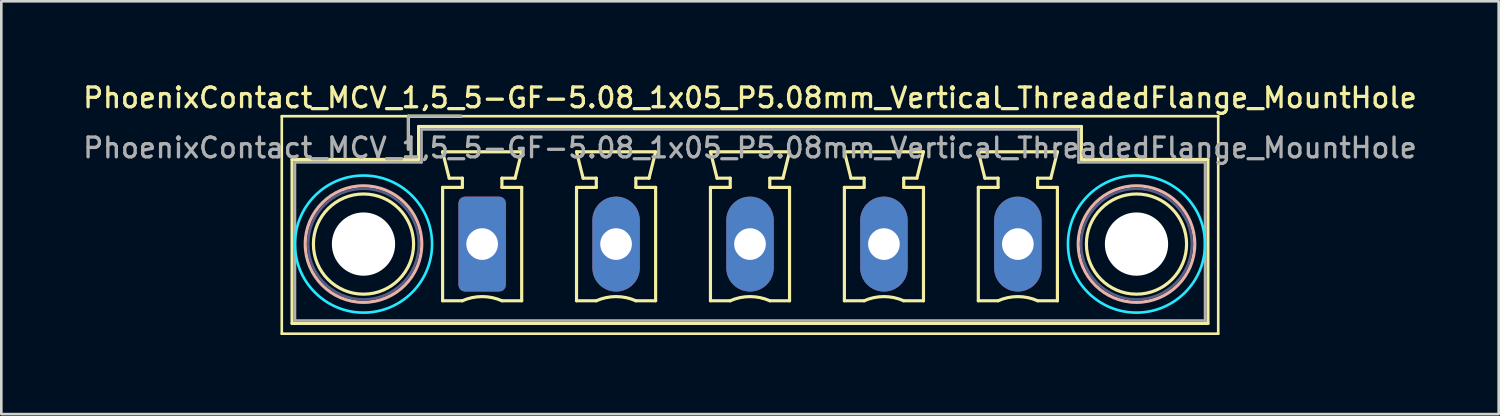
<source format=kicad_pcb>
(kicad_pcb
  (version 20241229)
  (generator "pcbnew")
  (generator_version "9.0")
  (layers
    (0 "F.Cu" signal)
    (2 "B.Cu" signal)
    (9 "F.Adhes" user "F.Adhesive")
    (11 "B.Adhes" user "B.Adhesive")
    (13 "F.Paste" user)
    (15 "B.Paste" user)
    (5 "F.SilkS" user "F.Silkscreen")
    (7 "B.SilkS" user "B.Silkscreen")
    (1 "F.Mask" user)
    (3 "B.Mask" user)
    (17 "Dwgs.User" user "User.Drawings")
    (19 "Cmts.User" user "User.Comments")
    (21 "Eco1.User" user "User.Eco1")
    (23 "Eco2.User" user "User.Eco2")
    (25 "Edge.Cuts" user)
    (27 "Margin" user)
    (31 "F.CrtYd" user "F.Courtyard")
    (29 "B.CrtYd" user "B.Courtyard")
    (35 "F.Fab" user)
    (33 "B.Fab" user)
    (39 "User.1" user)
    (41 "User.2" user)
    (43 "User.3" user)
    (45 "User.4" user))
  (footprint "PhoenixContact_MCV_1,5_5-GF-5.08_1x05_P5.08mm_Vertical_ThreadedFlange_MountHole"
    (layer "F.Cu")
    (at 15.238 6.208)
    (property "Reference" "PhoenixContact_MCV_1,5_5-GF-5.08_1x05_P5.08mm_Vertical_ThreadedFlange_MountHole" (at 10.16 -5.55 0) (layer "F.SilkS") (effects (font (size 0.75 0.75) (thickness 0.125))))
    (attr through_hole)
    (fp_line (start -7.6 -4.85) (end -7.6 3.4) (stroke (width 0.1) (type solid)) (layer "F.SilkS"))
    (fp_line (start -7.6 3.4) (end 27.92 3.4) (stroke (width 0.1) (type solid)) (layer "F.SilkS"))
    (fp_line (start -7.21 -3.21) (end -7.21 3.01) (stroke (width 0.12) (type solid)) (layer "F.SilkS"))
    (fp_line (start -7.21 3.01) (end 27.53 3.01) (stroke (width 0.12) (type solid)) (layer "F.SilkS"))
    (fp_line (start -2.8 -4.85) (end -0.8 -4.85) (stroke (width 0.12) (type solid)) (layer "F.SilkS"))
    (fp_line (start -2.8 -3.6) (end -2.8 -4.85) (stroke (width 0.12) (type solid)) (layer "F.SilkS"))
    (fp_line (start -2.41 -4.46) (end -2.41 -3.21) (stroke (width 0.12) (type solid)) (layer "F.SilkS"))
    (fp_line (start -2.41 -3.21) (end -7.21 -3.21) (stroke (width 0.12) (type solid)) (layer "F.SilkS"))
    (fp_line (start -1.5 -3.5) (end 1.5 -3.5) (stroke (width 0.12) (type solid)) (layer "F.SilkS"))
    (fp_line (start -1.5 -2.15) (end -0.75 -2.15) (stroke (width 0.12) (type solid)) (layer "F.SilkS"))
    (fp_line (start -1.5 2.15) (end -1.5 -2.15) (stroke (width 0.12) (type solid)) (layer "F.SilkS"))
    (fp_line (start -1.25 -2.5) (end -1.5 -3.5) (stroke (width 0.12) (type solid)) (layer "F.SilkS"))
    (fp_line (start -0.75 -2.5) (end -1.25 -2.5) (stroke (width 0.12) (type solid)) (layer "F.SilkS"))
    (fp_line (start -0.75 -2.15) (end -0.75 -2.5) (stroke (width 0.12) (type solid)) (layer "F.SilkS"))
    (fp_line (start -0.75 2.15) (end -1.5 2.15) (stroke (width 0.12) (type solid)) (layer "F.SilkS"))
    (fp_line (start 0.75 -2.5) (end 0.75 -2.15) (stroke (width 0.12) (type solid)) (layer "F.SilkS"))
    (fp_line (start 0.75 -2.15) (end 1.5 -2.15) (stroke (width 0.12) (type solid)) (layer "F.SilkS"))
    (fp_line (start 1.25 -2.5) (end 0.75 -2.5) (stroke (width 0.12) (type solid)) (layer "F.SilkS"))
    (fp_line (start 1.5 -3.5) (end 1.25 -2.5) (stroke (width 0.12) (type solid)) (layer "F.SilkS"))
    (fp_line (start 1.5 -2.15) (end 1.5 2.15) (stroke (width 0.12) (type solid)) (layer "F.SilkS"))
    (fp_line (start 1.5 2.15) (end 0.75 2.15) (stroke (width 0.12) (type solid)) (layer "F.SilkS"))
    (fp_line (start 3.58 -3.5) (end 6.58 -3.5) (stroke (width 0.12) (type solid)) (layer "F.SilkS"))
    (fp_line (start 3.58 -2.15) (end 4.33 -2.15) (stroke (width 0.12) (type solid)) (layer "F.SilkS"))
    (fp_line (start 3.58 2.15) (end 3.58 -2.15) (stroke (width 0.12) (type solid)) (layer "F.SilkS"))
    (fp_line (start 3.83 -2.5) (end 3.58 -3.5) (stroke (width 0.12) (type solid)) (layer "F.SilkS"))
    (fp_line (start 4.33 -2.5) (end 3.83 -2.5) (stroke (width 0.12) (type solid)) (layer "F.SilkS"))
    (fp_line (start 4.33 -2.15) (end 4.33 -2.5) (stroke (width 0.12) (type solid)) (layer "F.SilkS"))
    (fp_line (start 4.33 2.15) (end 3.58 2.15) (stroke (width 0.12) (type solid)) (layer "F.SilkS"))
    (fp_line (start 5.83 -2.5) (end 5.83 -2.15) (stroke (width 0.12) (type solid)) (layer "F.SilkS"))
    (fp_line (start 5.83 -2.15) (end 6.58 -2.15) (stroke (width 0.12) (type solid)) (layer "F.SilkS"))
    (fp_line (start 6.33 -2.5) (end 5.83 -2.5) (stroke (width 0.12) (type solid)) (layer "F.SilkS"))
    (fp_line (start 6.58 -3.5) (end 6.33 -2.5) (stroke (width 0.12) (type solid)) (layer "F.SilkS"))
    (fp_line (start 6.58 -2.15) (end 6.58 2.15) (stroke (width 0.12) (type solid)) (layer "F.SilkS"))
    (fp_line (start 6.58 2.15) (end 5.83 2.15) (stroke (width 0.12) (type solid)) (layer "F.SilkS"))
    (fp_line (start 8.66 -3.5) (end 11.66 -3.5) (stroke (width 0.12) (type solid)) (layer "F.SilkS"))
    (fp_line (start 8.66 -2.15) (end 9.41 -2.15) (stroke (width 0.12) (type solid)) (layer "F.SilkS"))
    (fp_line (start 8.66 2.15) (end 8.66 -2.15) (stroke (width 0.12) (type solid)) (layer "F.SilkS"))
    (fp_line (start 8.91 -2.5) (end 8.66 -3.5) (stroke (width 0.12) (type solid)) (layer "F.SilkS"))
    (fp_line (start 9.41 -2.5) (end 8.91 -2.5) (stroke (width 0.12) (type solid)) (layer "F.SilkS"))
    (fp_line (start 9.41 -2.15) (end 9.41 -2.5) (stroke (width 0.12) (type solid)) (layer "F.SilkS"))
    (fp_line (start 9.41 2.15) (end 8.66 2.15) (stroke (width 0.12) (type solid)) (layer "F.SilkS"))
    (fp_line (start 10.91 -2.5) (end 10.91 -2.15) (stroke (width 0.12) (type solid)) (layer "F.SilkS"))
    (fp_line (start 10.91 -2.15) (end 11.66 -2.15) (stroke (width 0.12) (type solid)) (layer "F.SilkS"))
    (fp_line (start 11.41 -2.5) (end 10.91 -2.5) (stroke (width 0.12) (type solid)) (layer "F.SilkS"))
    (fp_line (start 11.66 -3.5) (end 11.41 -2.5) (stroke (width 0.12) (type solid)) (layer "F.SilkS"))
    (fp_line (start 11.66 -2.15) (end 11.66 2.15) (stroke (width 0.12) (type solid)) (layer "F.SilkS"))
    (fp_line (start 11.66 2.15) (end 10.91 2.15) (stroke (width 0.12) (type solid)) (layer "F.SilkS"))
    (fp_line (start 13.74 -3.5) (end 16.74 -3.5) (stroke (width 0.12) (type solid)) (layer "F.SilkS"))
    (fp_line (start 13.74 -2.15) (end 14.49 -2.15) (stroke (width 0.12) (type solid)) (layer "F.SilkS"))
    (fp_line (start 13.74 2.15) (end 13.74 -2.15) (stroke (width 0.12) (type solid)) (layer "F.SilkS"))
    (fp_line (start 13.99 -2.5) (end 13.74 -3.5) (stroke (width 0.12) (type solid)) (layer "F.SilkS"))
    (fp_line (start 14.49 -2.5) (end 13.99 -2.5) (stroke (width 0.12) (type solid)) (layer "F.SilkS"))
    (fp_line (start 14.49 -2.15) (end 14.49 -2.5) (stroke (width 0.12) (type solid)) (layer "F.SilkS"))
    (fp_line (start 14.49 2.15) (end 13.74 2.15) (stroke (width 0.12) (type solid)) (layer "F.SilkS"))
    (fp_line (start 15.99 -2.5) (end 15.99 -2.15) (stroke (width 0.12) (type solid)) (layer "F.SilkS"))
    (fp_line (start 15.99 -2.15) (end 16.74 -2.15) (stroke (width 0.12) (type solid)) (layer "F.SilkS"))
    (fp_line (start 16.49 -2.5) (end 15.99 -2.5) (stroke (width 0.12) (type solid)) (layer "F.SilkS"))
    (fp_line (start 16.74 -3.5) (end 16.49 -2.5) (stroke (width 0.12) (type solid)) (layer "F.SilkS"))
    (fp_line (start 16.74 -2.15) (end 16.74 2.15) (stroke (width 0.12) (type solid)) (layer "F.SilkS"))
    (fp_line (start 16.74 2.15) (end 15.99 2.15) (stroke (width 0.12) (type solid)) (layer "F.SilkS"))
    (fp_line (start 18.82 -3.5) (end 21.82 -3.5) (stroke (width 0.12) (type solid)) (layer "F.SilkS"))
    (fp_line (start 18.82 -2.15) (end 19.57 -2.15) (stroke (width 0.12) (type solid)) (layer "F.SilkS"))
    (fp_line (start 18.82 2.15) (end 18.82 -2.15) (stroke (width 0.12) (type solid)) (layer "F.SilkS"))
    (fp_line (start 19.07 -2.5) (end 18.82 -3.5) (stroke (width 0.12) (type solid)) (layer "F.SilkS"))
    (fp_line (start 19.57 -2.5) (end 19.07 -2.5) (stroke (width 0.12) (type solid)) (layer "F.SilkS"))
    (fp_line (start 19.57 -2.15) (end 19.57 -2.5) (stroke (width 0.12) (type solid)) (layer "F.SilkS"))
    (fp_line (start 19.57 2.15) (end 18.82 2.15) (stroke (width 0.12) (type solid)) (layer "F.SilkS"))
    (fp_line (start 21.07 -2.5) (end 21.07 -2.15) (stroke (width 0.12) (type solid)) (layer "F.SilkS"))
    (fp_line (start 21.07 -2.15) (end 21.82 -2.15) (stroke (width 0.12) (type solid)) (layer "F.SilkS"))
    (fp_line (start 21.57 -2.5) (end 21.07 -2.5) (stroke (width 0.12) (type solid)) (layer "F.SilkS"))
    (fp_line (start 21.82 -3.5) (end 21.57 -2.5) (stroke (width 0.12) (type solid)) (layer "F.SilkS"))
    (fp_line (start 21.82 -2.15) (end 21.82 2.15) (stroke (width 0.12) (type solid)) (layer "F.SilkS"))
    (fp_line (start 21.82 2.15) (end 21.07 2.15) (stroke (width 0.12) (type solid)) (layer "F.SilkS"))
    (fp_line (start 22.73 -4.46) (end -2.41 -4.46) (stroke (width 0.12) (type solid)) (layer "F.SilkS"))
    (fp_line (start 22.73 -3.21) (end 22.73 -4.46) (stroke (width 0.12) (type solid)) (layer "F.SilkS"))
    (fp_line (start 27.53 -3.21) (end 22.73 -3.21) (stroke (width 0.12) (type solid)) (layer "F.SilkS"))
    (fp_line (start 27.53 3.01) (end 27.53 -3.21) (stroke (width 0.12) (type solid)) (layer "F.SilkS"))
    (fp_line (start 27.92 -4.85) (end -7.6 -4.85) (stroke (width 0.1) (type solid)) (layer "F.SilkS"))
    (fp_line (start 27.92 3.4) (end 27.92 -4.85) (stroke (width 0.1) (type solid)) (layer "F.SilkS"))
    (fp_arc (start -0.75 2.15) (mid -0.000193 1.99191) (end 0.749647 2.149844) (stroke (width 0.12) (type solid)) (layer "F.SilkS"))
    (fp_arc (start 4.33 2.15) (mid 5.079807 1.99191) (end 5.829647 2.149844) (stroke (width 0.12) (type solid)) (layer "F.SilkS"))
    (fp_arc (start 9.41 2.15) (mid 10.159807 1.99191) (end 10.909647 2.149844) (stroke (width 0.12) (type solid)) (layer "F.SilkS"))
    (fp_arc (start 14.49 2.15) (mid 15.239807 1.99191) (end 15.989647 2.149844) (stroke (width 0.12) (type solid)) (layer "F.SilkS"))
    (fp_arc (start 19.57 2.15) (mid 20.319807 1.99191) (end 21.069647 2.149844) (stroke (width 0.12) (type solid)) (layer "F.SilkS"))
    (fp_circle (center -4.5 0) (end -2.6 0) (stroke (width 0.12) (type solid)) (fill no) (layer "F.SilkS"))
    (fp_circle (center 24.82 0) (end 26.72 0) (stroke (width 0.12) (type solid)) (fill no) (layer "F.SilkS"))
    (fp_circle (center -4.5 0) (end -2.29 0) (stroke (width 0.12) (type solid)) (fill no) (layer "B.SilkS"))
    (fp_circle (center 24.82 0) (end 27.03 0) (stroke (width 0.12) (type solid)) (fill no) (layer "B.SilkS"))
    (fp_circle (center -4.5 0) (end -1.9 0) (stroke (width 0.1) (type solid)) (fill no) (layer "B.CrtYd"))
    (fp_circle (center 24.82 0) (end 27.42 0) (stroke (width 0.1) (type solid)) (fill no) (layer "B.CrtYd"))
    (fp_circle (center -4.5 0) (end -2.4 0) (stroke (width 0.1) (type solid)) (fill no) (layer "B.Fab"))
    (fp_circle (center 24.82 0) (end 26.92 0) (stroke (width 0.1) (type solid)) (fill no) (layer "B.Fab"))
    (fp_line (start -7.1 -3.1) (end -7.1 2.9) (stroke (width 0.1) (type solid)) (layer "F.Fab"))
    (fp_line (start -7.1 2.9) (end 27.42 2.9) (stroke (width 0.1) (type solid)) (layer "F.Fab"))
    (fp_line (start -2.8 -4.85) (end -0.8 -4.85) (stroke (width 0.1) (type solid)) (layer "F.Fab"))
    (fp_line (start -2.8 -3.6) (end -2.8 -4.85) (stroke (width 0.1) (type solid)) (layer "F.Fab"))
    (fp_line (start -2.3 -4.35) (end -2.3 -3.1) (stroke (width 0.1) (type solid)) (layer "F.Fab"))
    (fp_line (start -2.3 -3.1) (end -7.1 -3.1) (stroke (width 0.1) (type solid)) (layer "F.Fab"))
    (fp_line (start 22.62 -4.35) (end -2.3 -4.35) (stroke (width 0.1) (type solid)) (layer "F.Fab"))
    (fp_line (start 22.62 -3.1) (end 22.62 -4.35) (stroke (width 0.1) (type solid)) (layer "F.Fab"))
    (fp_line (start 27.42 -3.1) (end 22.62 -3.1) (stroke (width 0.1) (type solid)) (layer "F.Fab"))
    (fp_line (start 27.42 2.9) (end 27.42 -3.1) (stroke (width 0.1) (type solid)) (layer "F.Fab"))
    (fp_text user "${REFERENCE}" (at 10.16 -3.65 0) (layer "F.Fab") (effects (font (size 0.75 0.75) (thickness 0.125))))
    (pad "" np_thru_hole circle (at -4.5 0) (size 2.4 2.4) (drill 2.4) (layers "*.Cu" "*.Mask"))
    (pad "" np_thru_hole circle (at 24.82 0) (size 2.4 2.4) (drill 2.4) (layers "*.Cu" "*.Mask"))
    (pad "1" thru_hole roundrect (at 0 0) (size 1.8 3.6) (drill 1.2) (layers "*.Cu" "*.Mask") (roundrect_rratio 0.139))
    (pad "2" thru_hole oval (at 5.08 0) (size 1.8 3.6) (drill 1.2) (layers "*.Cu" "*.Mask"))
    (pad "3" thru_hole oval (at 10.16 0) (size 1.8 3.6) (drill 1.2) (layers "*.Cu" "*.Mask"))
    (pad "4" thru_hole oval (at 15.24 0) (size 1.8 3.6) (drill 1.2) (layers "*.Cu" "*.Mask"))
    (pad "5" thru_hole oval (at 20.32 0) (size 1.8 3.6) (drill 1.2) (layers "*.Cu" "*.Mask")))
  (gr_rect
    (start -3 -3)
    (end 53.796 12.658)
    (stroke (width 0.1) (type default))
    (fill no)
    (layer "Edge.Cuts")))
</source>
